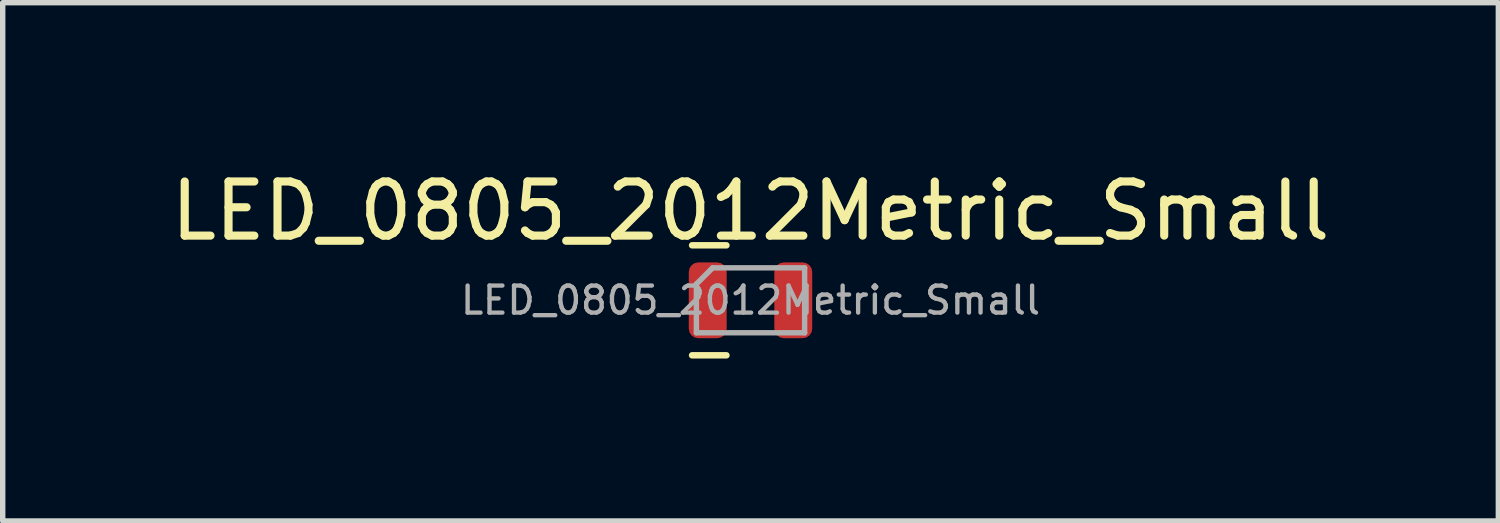
<source format=kicad_pcb>
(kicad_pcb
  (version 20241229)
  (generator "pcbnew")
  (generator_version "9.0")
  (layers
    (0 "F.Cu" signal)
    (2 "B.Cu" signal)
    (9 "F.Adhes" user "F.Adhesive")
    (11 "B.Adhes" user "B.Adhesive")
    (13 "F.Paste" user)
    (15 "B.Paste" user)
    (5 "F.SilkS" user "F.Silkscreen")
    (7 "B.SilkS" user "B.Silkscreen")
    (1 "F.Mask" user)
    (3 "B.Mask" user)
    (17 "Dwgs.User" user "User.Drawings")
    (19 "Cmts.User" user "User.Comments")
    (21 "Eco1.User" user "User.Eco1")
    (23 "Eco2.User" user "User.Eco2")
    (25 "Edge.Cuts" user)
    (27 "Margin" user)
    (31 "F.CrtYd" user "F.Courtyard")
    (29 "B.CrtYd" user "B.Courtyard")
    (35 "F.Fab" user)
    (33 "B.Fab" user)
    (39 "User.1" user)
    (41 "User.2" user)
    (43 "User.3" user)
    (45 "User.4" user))
  (footprint "LED_0805_2012Metric_Small"
    (layer "F.Cu")
    (at 10.815 2.498)
    (property "Reference" "LED_0805_2012Metric_Small" (at 0 -1.65 0) (layer "F.SilkS") (effects (font (size 1 1) (thickness 0.15))))
    (attr smd)
    (fp_line (start -1.079 -1.016) (end -0.445 -1.016) (stroke (width 0.12) (type solid)) (layer "F.SilkS"))
    (fp_line (start -1.079 1.016) (end -0.445 1.016) (stroke (width 0.12) (type solid)) (layer "F.SilkS"))
    (fp_line (start -1 -0.3) (end -1 0.6) (stroke (width 0.1) (type solid)) (layer "F.Fab"))
    (fp_line (start -1 0.6) (end 1 0.6) (stroke (width 0.1) (type solid)) (layer "F.Fab"))
    (fp_line (start -0.7 -0.6) (end -1 -0.3) (stroke (width 0.1) (type solid)) (layer "F.Fab"))
    (fp_line (start 1 -0.6) (end -0.7 -0.6) (stroke (width 0.1) (type solid)) (layer "F.Fab"))
    (fp_line (start 1 0.6) (end 1 -0.6) (stroke (width 0.1) (type solid)) (layer "F.Fab"))
    (fp_text user "${REFERENCE}" (at 0 0 0) (layer "F.Fab") (effects (font (size 0.5 0.5) (thickness 0.08))))
    (pad "1" smd roundrect (at -0.79 0) (size 0.7 1.4) (layers "F.Cu" "F.Mask" "F.Paste") (roundrect_rratio 0.25))
    (pad "2" smd roundrect (at 0.79 0) (size 0.7 1.4) (layers "F.Cu" "F.Mask" "F.Paste") (roundrect_rratio 0.25)))
  (gr_rect
    (start -3 -3)
    (end 24.631 6.574)
    (stroke (width 0.1) (type default))
    (fill no)
    (layer "Edge.Cuts")))
</source>
